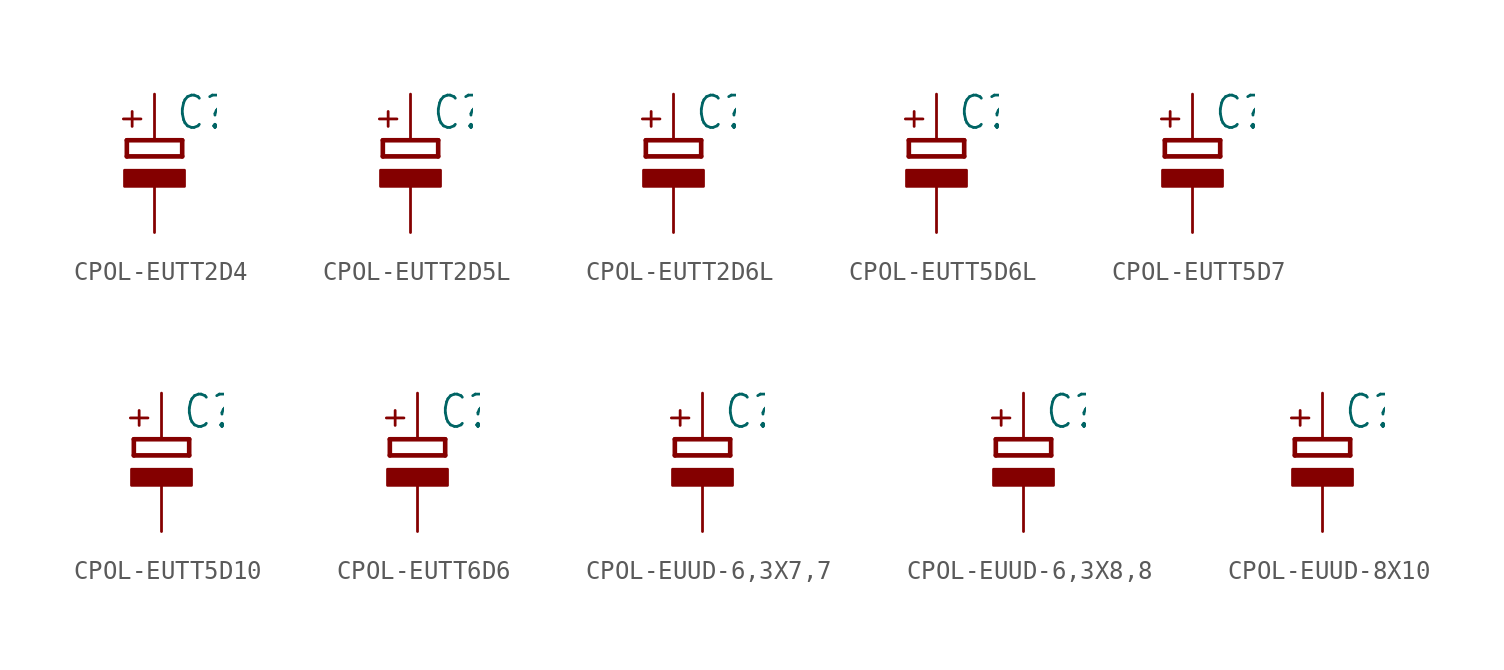
<source format=kicad_sym>
(kicad_symbol_lib
  (version 20231120)
  (generator "kicad_symbol_editor")
  (generator_version "8.99")
  (symbol "CPOL-EUTT2D4"
    (property "Reference" "C"
      (at 1.143 0.483 0)
      (effects (font (size 1.778 1.511)) (justify left bottom)))
    (property "Value" ""
      (at 1.143 -4.597 0)
      (effects (font (size 1.778 1.511)) (justify left bottom)))
    (property "ki_locked" ""
      (at 0 0 0)
      (effects (font (size 1.27 1.27))))
    (symbol "CPOL-EUTT2D4_1_0"
      (rectangle (start -1.651 -2.54) (end 1.651 -1.651) (stroke (width 0) (type default)) (fill (type outline)))
      (polyline (pts (xy -1.524 0) (xy 1.524 0)) (stroke (width 0.254) (type solid)) (fill (type none)))
      (polyline (pts (xy -1.524 0) (xy -1.524 -0.889)) (stroke (width 0.254) (type solid)) (fill (type none)))
      (polyline (pts (xy -1.524 -0.889) (xy 1.524 -0.889)) (stroke (width 0.254) (type solid)) (fill (type none)))
      (polyline (pts (xy 1.524 -0.889) (xy 1.524 0)) (stroke (width 0.254) (type solid)) (fill (type none)))
      (text "+" (at -0.584 0.406 900) (effects (font (size 1.27 1.079)) (justify left bottom)))
      (pin passive line (at 0 2.54 270) (length 2.54) (name "+" (effects (font (size 0 0)))) (number "+" (effects (font (size 0 0)))))
      (pin passive line (at 0 -5.08 90) (length 2.54) (name "-" (effects (font (size 0 0)))) (number "-" (effects (font (size 0 0)))))))
  (symbol "CPOL-EUTT2D5L"
    (property "Reference" "C"
      (at 1.143 0.483 0)
      (effects (font (size 1.778 1.511)) (justify left bottom)))
    (property "Value" ""
      (at 1.143 -4.597 0)
      (effects (font (size 1.778 1.511)) (justify left bottom)))
    (property "ki_locked" ""
      (at 0 0 0)
      (effects (font (size 1.27 1.27))))
    (symbol "CPOL-EUTT2D5L_1_0"
      (rectangle (start -1.651 -2.54) (end 1.651 -1.651) (stroke (width 0) (type default)) (fill (type outline)))
      (polyline (pts (xy -1.524 0) (xy 1.524 0)) (stroke (width 0.254) (type solid)) (fill (type none)))
      (polyline (pts (xy -1.524 0) (xy -1.524 -0.889)) (stroke (width 0.254) (type solid)) (fill (type none)))
      (polyline (pts (xy -1.524 -0.889) (xy 1.524 -0.889)) (stroke (width 0.254) (type solid)) (fill (type none)))
      (polyline (pts (xy 1.524 -0.889) (xy 1.524 0)) (stroke (width 0.254) (type solid)) (fill (type none)))
      (text "+" (at -0.584 0.406 900) (effects (font (size 1.27 1.079)) (justify left bottom)))
      (pin passive line (at 0 2.54 270) (length 2.54) (name "+" (effects (font (size 0 0)))) (number "+" (effects (font (size 0 0)))))
      (pin passive line (at 0 -5.08 90) (length 2.54) (name "-" (effects (font (size 0 0)))) (number "-" (effects (font (size 0 0)))))))
  (symbol "CPOL-EUTT2D6L"
    (property "Reference" "C"
      (at 1.143 0.483 0)
      (effects (font (size 1.778 1.511)) (justify left bottom)))
    (property "Value" ""
      (at 1.143 -4.597 0)
      (effects (font (size 1.778 1.511)) (justify left bottom)))
    (property "ki_locked" ""
      (at 0 0 0)
      (effects (font (size 1.27 1.27))))
    (symbol "CPOL-EUTT2D6L_1_0"
      (rectangle (start -1.651 -2.54) (end 1.651 -1.651) (stroke (width 0) (type default)) (fill (type outline)))
      (polyline (pts (xy -1.524 0) (xy 1.524 0)) (stroke (width 0.254) (type solid)) (fill (type none)))
      (polyline (pts (xy -1.524 0) (xy -1.524 -0.889)) (stroke (width 0.254) (type solid)) (fill (type none)))
      (polyline (pts (xy -1.524 -0.889) (xy 1.524 -0.889)) (stroke (width 0.254) (type solid)) (fill (type none)))
      (polyline (pts (xy 1.524 -0.889) (xy 1.524 0)) (stroke (width 0.254) (type solid)) (fill (type none)))
      (text "+" (at -0.584 0.406 900) (effects (font (size 1.27 1.079)) (justify left bottom)))
      (pin passive line (at 0 2.54 270) (length 2.54) (name "+" (effects (font (size 0 0)))) (number "+" (effects (font (size 0 0)))))
      (pin passive line (at 0 -5.08 90) (length 2.54) (name "-" (effects (font (size 0 0)))) (number "-" (effects (font (size 0 0)))))))
  (symbol "CPOL-EUTT5D6L"
    (property "Reference" "C"
      (at 1.143 0.483 0)
      (effects (font (size 1.778 1.511)) (justify left bottom)))
    (property "Value" ""
      (at 1.143 -4.597 0)
      (effects (font (size 1.778 1.511)) (justify left bottom)))
    (property "ki_locked" ""
      (at 0 0 0)
      (effects (font (size 1.27 1.27))))
    (symbol "CPOL-EUTT5D6L_1_0"
      (rectangle (start -1.651 -2.54) (end 1.651 -1.651) (stroke (width 0) (type default)) (fill (type outline)))
      (polyline (pts (xy -1.524 0) (xy 1.524 0)) (stroke (width 0.254) (type solid)) (fill (type none)))
      (polyline (pts (xy -1.524 0) (xy -1.524 -0.889)) (stroke (width 0.254) (type solid)) (fill (type none)))
      (polyline (pts (xy -1.524 -0.889) (xy 1.524 -0.889)) (stroke (width 0.254) (type solid)) (fill (type none)))
      (polyline (pts (xy 1.524 -0.889) (xy 1.524 0)) (stroke (width 0.254) (type solid)) (fill (type none)))
      (text "+" (at -0.584 0.406 900) (effects (font (size 1.27 1.079)) (justify left bottom)))
      (pin passive line (at 0 2.54 270) (length 2.54) (name "+" (effects (font (size 0 0)))) (number "+" (effects (font (size 0 0)))))
      (pin passive line (at 0 -5.08 90) (length 2.54) (name "-" (effects (font (size 0 0)))) (number "-" (effects (font (size 0 0)))))))
  (symbol "CPOL-EUTT5D7"
    (property "Reference" "C"
      (at 1.143 0.483 0)
      (effects (font (size 1.778 1.511)) (justify left bottom)))
    (property "Value" ""
      (at 1.143 -4.597 0)
      (effects (font (size 1.778 1.511)) (justify left bottom)))
    (property "ki_locked" ""
      (at 0 0 0)
      (effects (font (size 1.27 1.27))))
    (symbol "CPOL-EUTT5D7_1_0"
      (rectangle (start -1.651 -2.54) (end 1.651 -1.651) (stroke (width 0) (type default)) (fill (type outline)))
      (polyline (pts (xy -1.524 0) (xy 1.524 0)) (stroke (width 0.254) (type solid)) (fill (type none)))
      (polyline (pts (xy -1.524 0) (xy -1.524 -0.889)) (stroke (width 0.254) (type solid)) (fill (type none)))
      (polyline (pts (xy -1.524 -0.889) (xy 1.524 -0.889)) (stroke (width 0.254) (type solid)) (fill (type none)))
      (polyline (pts (xy 1.524 -0.889) (xy 1.524 0)) (stroke (width 0.254) (type solid)) (fill (type none)))
      (text "+" (at -0.584 0.406 900) (effects (font (size 1.27 1.079)) (justify left bottom)))
      (pin passive line (at 0 2.54 270) (length 2.54) (name "+" (effects (font (size 0 0)))) (number "+" (effects (font (size 0 0)))))
      (pin passive line (at 0 -5.08 90) (length 2.54) (name "-" (effects (font (size 0 0)))) (number "-" (effects (font (size 0 0)))))))
  (symbol "CPOL-EUTT5D10"
    (property "Reference" "C"
      (at 1.143 0.483 0)
      (effects (font (size 1.778 1.511)) (justify left bottom)))
    (property "Value" ""
      (at 1.143 -4.597 0)
      (effects (font (size 1.778 1.511)) (justify left bottom)))
    (property "ki_locked" ""
      (at 0 0 0)
      (effects (font (size 1.27 1.27))))
    (symbol "CPOL-EUTT5D10_1_0"
      (rectangle (start -1.651 -2.54) (end 1.651 -1.651) (stroke (width 0) (type default)) (fill (type outline)))
      (polyline (pts (xy -1.524 0) (xy 1.524 0)) (stroke (width 0.254) (type solid)) (fill (type none)))
      (polyline (pts (xy -1.524 0) (xy -1.524 -0.889)) (stroke (width 0.254) (type solid)) (fill (type none)))
      (polyline (pts (xy -1.524 -0.889) (xy 1.524 -0.889)) (stroke (width 0.254) (type solid)) (fill (type none)))
      (polyline (pts (xy 1.524 -0.889) (xy 1.524 0)) (stroke (width 0.254) (type solid)) (fill (type none)))
      (text "+" (at -0.584 0.406 900) (effects (font (size 1.27 1.079)) (justify left bottom)))
      (pin passive line (at 0 2.54 270) (length 2.54) (name "+" (effects (font (size 0 0)))) (number "+" (effects (font (size 0 0)))))
      (pin passive line (at 0 -5.08 90) (length 2.54) (name "-" (effects (font (size 0 0)))) (number "-" (effects (font (size 0 0)))))))
  (symbol "CPOL-EUTT6D6"
    (property "Reference" "C"
      (at 1.143 0.483 0)
      (effects (font (size 1.778 1.511)) (justify left bottom)))
    (property "Value" ""
      (at 1.143 -4.597 0)
      (effects (font (size 1.778 1.511)) (justify left bottom)))
    (property "ki_locked" ""
      (at 0 0 0)
      (effects (font (size 1.27 1.27))))
    (symbol "CPOL-EUTT6D6_1_0"
      (rectangle (start -1.651 -2.54) (end 1.651 -1.651) (stroke (width 0) (type default)) (fill (type outline)))
      (polyline (pts (xy -1.524 0) (xy 1.524 0)) (stroke (width 0.254) (type solid)) (fill (type none)))
      (polyline (pts (xy -1.524 0) (xy -1.524 -0.889)) (stroke (width 0.254) (type solid)) (fill (type none)))
      (polyline (pts (xy -1.524 -0.889) (xy 1.524 -0.889)) (stroke (width 0.254) (type solid)) (fill (type none)))
      (polyline (pts (xy 1.524 -0.889) (xy 1.524 0)) (stroke (width 0.254) (type solid)) (fill (type none)))
      (text "+" (at -0.584 0.406 900) (effects (font (size 1.27 1.079)) (justify left bottom)))
      (pin passive line (at 0 2.54 270) (length 2.54) (name "+" (effects (font (size 0 0)))) (number "+" (effects (font (size 0 0)))))
      (pin passive line (at 0 -5.08 90) (length 2.54) (name "-" (effects (font (size 0 0)))) (number "-" (effects (font (size 0 0)))))))
  (symbol "CPOL-EUUD-6,3X7,7"
    (property "Reference" "C"
      (at 1.143 0.483 0)
      (effects (font (size 1.778 1.511)) (justify left bottom)))
    (property "Value" ""
      (at 1.143 -4.597 0)
      (effects (font (size 1.778 1.511)) (justify left bottom)))
    (property "ki_locked" ""
      (at 0 0 0)
      (effects (font (size 1.27 1.27))))
    (symbol "CPOL-EUUD-6,3X7,7_1_0"
      (rectangle (start -1.651 -2.54) (end 1.651 -1.651) (stroke (width 0) (type default)) (fill (type outline)))
      (polyline (pts (xy -1.524 0) (xy 1.524 0)) (stroke (width 0.254) (type solid)) (fill (type none)))
      (polyline (pts (xy -1.524 0) (xy -1.524 -0.889)) (stroke (width 0.254) (type solid)) (fill (type none)))
      (polyline (pts (xy -1.524 -0.889) (xy 1.524 -0.889)) (stroke (width 0.254) (type solid)) (fill (type none)))
      (polyline (pts (xy 1.524 -0.889) (xy 1.524 0)) (stroke (width 0.254) (type solid)) (fill (type none)))
      (text "+" (at -0.584 0.406 900) (effects (font (size 1.27 1.079)) (justify left bottom)))
      (pin passive line (at 0 2.54 270) (length 2.54) (name "+" (effects (font (size 0 0)))) (number "+" (effects (font (size 0 0)))))
      (pin passive line (at 0 -5.08 90) (length 2.54) (name "-" (effects (font (size 0 0)))) (number "-" (effects (font (size 0 0)))))))
  (symbol "CPOL-EUUD-6,3X8,8"
    (property "Reference" "C"
      (at 1.143 0.483 0)
      (effects (font (size 1.778 1.511)) (justify left bottom)))
    (property "Value" ""
      (at 1.143 -4.597 0)
      (effects (font (size 1.778 1.511)) (justify left bottom)))
    (property "ki_locked" ""
      (at 0 0 0)
      (effects (font (size 1.27 1.27))))
    (symbol "CPOL-EUUD-6,3X8,8_1_0"
      (rectangle (start -1.651 -2.54) (end 1.651 -1.651) (stroke (width 0) (type default)) (fill (type outline)))
      (polyline (pts (xy -1.524 0) (xy 1.524 0)) (stroke (width 0.254) (type solid)) (fill (type none)))
      (polyline (pts (xy -1.524 0) (xy -1.524 -0.889)) (stroke (width 0.254) (type solid)) (fill (type none)))
      (polyline (pts (xy -1.524 -0.889) (xy 1.524 -0.889)) (stroke (width 0.254) (type solid)) (fill (type none)))
      (polyline (pts (xy 1.524 -0.889) (xy 1.524 0)) (stroke (width 0.254) (type solid)) (fill (type none)))
      (text "+" (at -0.584 0.406 900) (effects (font (size 1.27 1.079)) (justify left bottom)))
      (pin passive line (at 0 2.54 270) (length 2.54) (name "+" (effects (font (size 0 0)))) (number "+" (effects (font (size 0 0)))))
      (pin passive line (at 0 -5.08 90) (length 2.54) (name "-" (effects (font (size 0 0)))) (number "-" (effects (font (size 0 0)))))))
  (symbol "CPOL-EUUD-8X10"
    (property "Reference" "C"
      (at 1.143 0.483 0)
      (effects (font (size 1.778 1.511)) (justify left bottom)))
    (property "Value" ""
      (at 1.143 -4.597 0)
      (effects (font (size 1.778 1.511)) (justify left bottom)))
    (property "ki_locked" ""
      (at 0 0 0)
      (effects (font (size 1.27 1.27))))
    (symbol "CPOL-EUUD-8X10_1_0"
      (rectangle (start -1.651 -2.54) (end 1.651 -1.651) (stroke (width 0) (type default)) (fill (type outline)))
      (polyline (pts (xy -1.524 0) (xy 1.524 0)) (stroke (width 0.254) (type solid)) (fill (type none)))
      (polyline (pts (xy -1.524 0) (xy -1.524 -0.889)) (stroke (width 0.254) (type solid)) (fill (type none)))
      (polyline (pts (xy -1.524 -0.889) (xy 1.524 -0.889)) (stroke (width 0.254) (type solid)) (fill (type none)))
      (polyline (pts (xy 1.524 -0.889) (xy 1.524 0)) (stroke (width 0.254) (type solid)) (fill (type none)))
      (text "+" (at -0.584 0.406 900) (effects (font (size 1.27 1.079)) (justify left bottom)))
      (pin passive line (at 0 2.54 270) (length 2.54) (name "+" (effects (font (size 0 0)))) (number "+" (effects (font (size 0 0)))))
      (pin passive line (at 0 -5.08 90) (length 2.54) (name "-" (effects (font (size 0 0)))) (number "-" (effects (font (size 0 0))))))))
</source>
